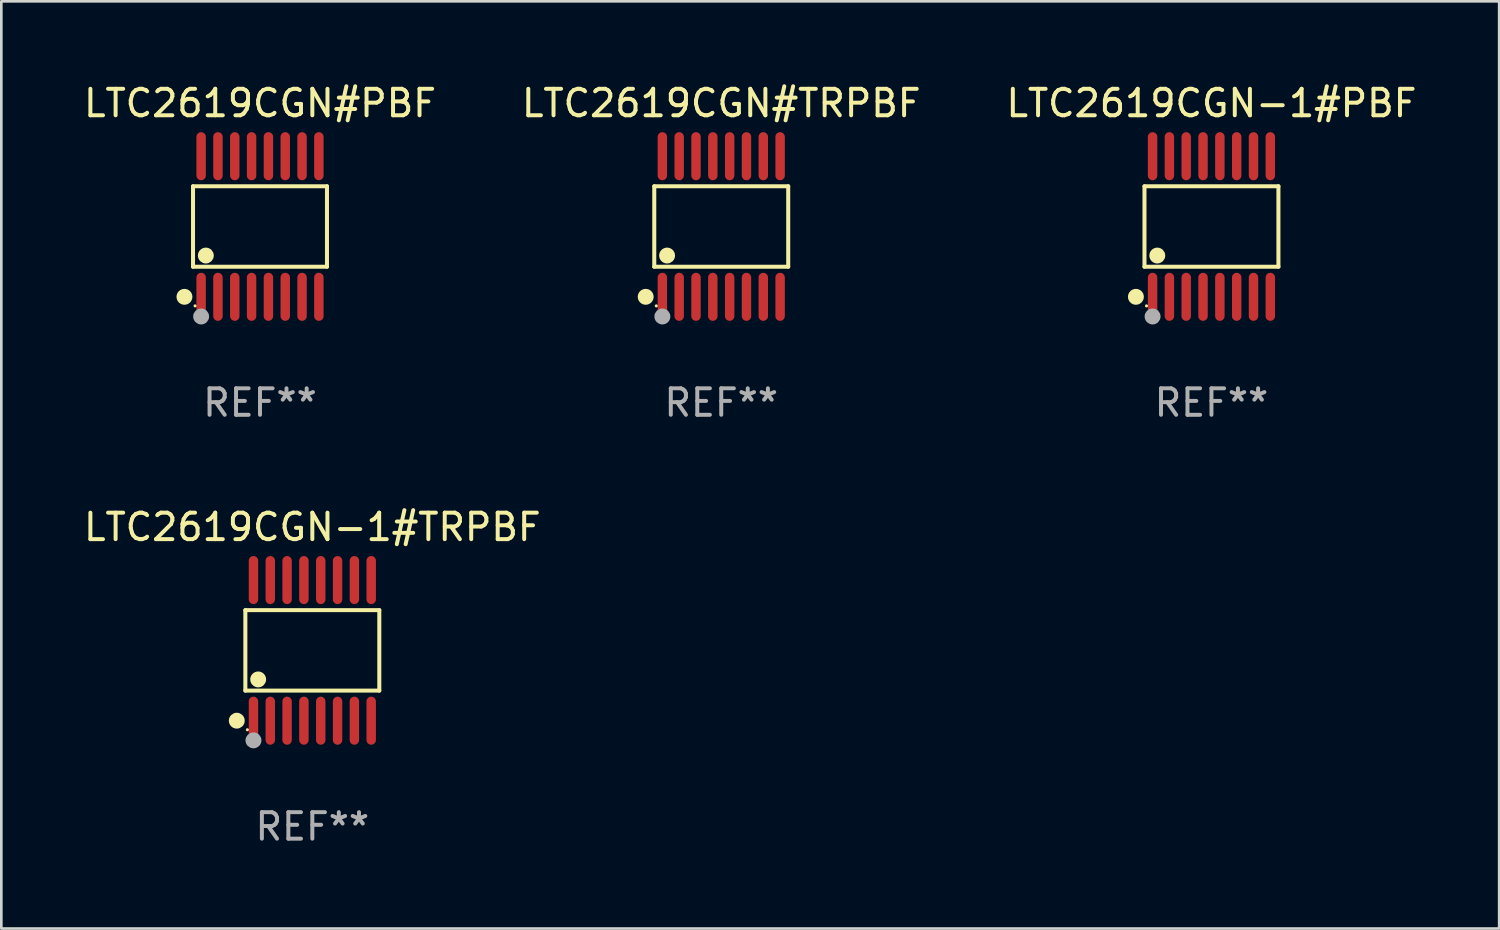
<source format=kicad_pcb>
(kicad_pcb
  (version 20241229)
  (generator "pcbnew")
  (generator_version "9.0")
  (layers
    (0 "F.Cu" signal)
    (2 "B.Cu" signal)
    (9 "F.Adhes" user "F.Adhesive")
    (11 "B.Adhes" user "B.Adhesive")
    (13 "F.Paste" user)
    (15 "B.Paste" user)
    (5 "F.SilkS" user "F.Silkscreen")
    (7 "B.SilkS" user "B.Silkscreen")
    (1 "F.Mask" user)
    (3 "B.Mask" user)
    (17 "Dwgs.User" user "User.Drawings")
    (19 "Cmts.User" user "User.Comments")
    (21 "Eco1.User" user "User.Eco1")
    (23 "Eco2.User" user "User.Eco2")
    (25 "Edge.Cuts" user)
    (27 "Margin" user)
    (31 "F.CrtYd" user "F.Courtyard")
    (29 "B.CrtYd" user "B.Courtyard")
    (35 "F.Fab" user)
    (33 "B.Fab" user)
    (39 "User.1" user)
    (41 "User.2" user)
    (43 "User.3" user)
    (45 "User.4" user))
  (footprint "LTC2619CGN#PBF"
    (layer "F.Cu")
    (at 6.768 5.503)
    (property "Reference" "LTC2619CGN#PBF" (at 0 -4.655 0) (layer "F.SilkS") (effects (font (size 1 1) (thickness 0.15))))
    (attr through_hole)
    (fp_line (start -2.529 -1.519) (end 2.529 -1.519) (stroke (width 0.152) (type solid)) (layer "F.SilkS"))
    (fp_line (start -2.529 1.519) (end -2.529 -1.519) (stroke (width 0.152) (type solid)) (layer "F.SilkS"))
    (fp_line (start 2.529 -1.519) (end 2.529 1.519) (stroke (width 0.152) (type solid)) (layer "F.SilkS"))
    (fp_line (start 2.529 1.519) (end -2.529 1.519) (stroke (width 0.152) (type solid)) (layer "F.SilkS"))
    (fp_circle (center -2.853 2.655) (end -2.703 2.655) (stroke (width 0.3) (type solid)) (fill no) (layer "F.SilkS"))
    (fp_circle (center -2.453 2.998) (end -2.423 2.998) (stroke (width 0.06) (type solid)) (fill no) (layer "F.SilkS"))
    (fp_circle (center -2.045 1.097) (end -1.895 1.097) (stroke (width 0.3) (type solid)) (fill no) (layer "F.SilkS"))
    (fp_circle (center -2.223 3.398) (end -2.072 3.398) (stroke (width 0.3) (type solid)) (fill no) (layer "F.Fab"))
    (fp_text user "REF**" (at 0 6.655 0) (layer "F.Fab") (effects (font (size 1 1) (thickness 0.15))))
    (pad "1" smd oval (at -2.223 2.655) (size 0.356 1.815) (layers "F.Cu" "F.Mask" "F.Paste"))
    (pad "2" smd oval (at -1.588 2.655) (size 0.356 1.815) (layers "F.Cu" "F.Mask" "F.Paste"))
    (pad "3" smd oval (at -0.953 2.655) (size 0.356 1.815) (layers "F.Cu" "F.Mask" "F.Paste"))
    (pad "4" smd oval (at -0.318 2.655) (size 0.356 1.815) (layers "F.Cu" "F.Mask" "F.Paste"))
    (pad "5" smd oval (at 0.318 2.655) (size 0.356 1.815) (layers "F.Cu" "F.Mask" "F.Paste"))
    (pad "6" smd oval (at 0.953 2.655) (size 0.356 1.815) (layers "F.Cu" "F.Mask" "F.Paste"))
    (pad "7" smd oval (at 1.588 2.655) (size 0.356 1.815) (layers "F.Cu" "F.Mask" "F.Paste"))
    (pad "8" smd oval (at 2.223 2.655) (size 0.356 1.815) (layers "F.Cu" "F.Mask" "F.Paste"))
    (pad "9" smd oval (at 2.223 -2.655) (size 0.356 1.815) (layers "F.Cu" "F.Mask" "F.Paste"))
    (pad "10" smd oval (at 1.588 -2.655) (size 0.356 1.815) (layers "F.Cu" "F.Mask" "F.Paste"))
    (pad "11" smd oval (at 0.953 -2.655) (size 0.356 1.815) (layers "F.Cu" "F.Mask" "F.Paste"))
    (pad "12" smd oval (at 0.318 -2.655) (size 0.356 1.815) (layers "F.Cu" "F.Mask" "F.Paste"))
    (pad "13" smd oval (at -0.318 -2.655) (size 0.356 1.815) (layers "F.Cu" "F.Mask" "F.Paste"))
    (pad "14" smd oval (at -0.953 -2.655) (size 0.356 1.815) (layers "F.Cu" "F.Mask" "F.Paste"))
    (pad "15" smd oval (at -1.588 -2.655) (size 0.356 1.815) (layers "F.Cu" "F.Mask" "F.Paste"))
    (pad "16" smd oval (at -2.223 -2.655) (size 0.356 1.815) (layers "F.Cu" "F.Mask" "F.Paste")))
  (footprint "LTC2619CGN#TRPBF"
    (layer "F.Cu")
    (at 24.185 5.503)
    (property "Reference" "LTC2619CGN#TRPBF" (at 0 -4.655 0) (layer "F.SilkS") (effects (font (size 1 1) (thickness 0.15))))
    (attr through_hole)
    (fp_line (start -2.529 -1.519) (end 2.529 -1.519) (stroke (width 0.152) (type solid)) (layer "F.SilkS"))
    (fp_line (start -2.529 1.519) (end -2.529 -1.519) (stroke (width 0.152) (type solid)) (layer "F.SilkS"))
    (fp_line (start 2.529 -1.519) (end 2.529 1.519) (stroke (width 0.152) (type solid)) (layer "F.SilkS"))
    (fp_line (start 2.529 1.519) (end -2.529 1.519) (stroke (width 0.152) (type solid)) (layer "F.SilkS"))
    (fp_circle (center -2.853 2.655) (end -2.703 2.655) (stroke (width 0.3) (type solid)) (fill no) (layer "F.SilkS"))
    (fp_circle (center -2.453 2.998) (end -2.423 2.998) (stroke (width 0.06) (type solid)) (fill no) (layer "F.SilkS"))
    (fp_circle (center -2.045 1.097) (end -1.895 1.097) (stroke (width 0.3) (type solid)) (fill no) (layer "F.SilkS"))
    (fp_circle (center -2.223 3.398) (end -2.072 3.398) (stroke (width 0.3) (type solid)) (fill no) (layer "F.Fab"))
    (fp_text user "REF**" (at 0 6.655 0) (layer "F.Fab") (effects (font (size 1 1) (thickness 0.15))))
    (pad "1" smd oval (at -2.223 2.655) (size 0.356 1.815) (layers "F.Cu" "F.Mask" "F.Paste"))
    (pad "2" smd oval (at -1.588 2.655) (size 0.356 1.815) (layers "F.Cu" "F.Mask" "F.Paste"))
    (pad "3" smd oval (at -0.953 2.655) (size 0.356 1.815) (layers "F.Cu" "F.Mask" "F.Paste"))
    (pad "4" smd oval (at -0.318 2.655) (size 0.356 1.815) (layers "F.Cu" "F.Mask" "F.Paste"))
    (pad "5" smd oval (at 0.318 2.655) (size 0.356 1.815) (layers "F.Cu" "F.Mask" "F.Paste"))
    (pad "6" smd oval (at 0.953 2.655) (size 0.356 1.815) (layers "F.Cu" "F.Mask" "F.Paste"))
    (pad "7" smd oval (at 1.588 2.655) (size 0.356 1.815) (layers "F.Cu" "F.Mask" "F.Paste"))
    (pad "8" smd oval (at 2.223 2.655) (size 0.356 1.815) (layers "F.Cu" "F.Mask" "F.Paste"))
    (pad "9" smd oval (at 2.223 -2.655) (size 0.356 1.815) (layers "F.Cu" "F.Mask" "F.Paste"))
    (pad "10" smd oval (at 1.588 -2.655) (size 0.356 1.815) (layers "F.Cu" "F.Mask" "F.Paste"))
    (pad "11" smd oval (at 0.953 -2.655) (size 0.356 1.815) (layers "F.Cu" "F.Mask" "F.Paste"))
    (pad "12" smd oval (at 0.318 -2.655) (size 0.356 1.815) (layers "F.Cu" "F.Mask" "F.Paste"))
    (pad "13" smd oval (at -0.318 -2.655) (size 0.356 1.815) (layers "F.Cu" "F.Mask" "F.Paste"))
    (pad "14" smd oval (at -0.953 -2.655) (size 0.356 1.815) (layers "F.Cu" "F.Mask" "F.Paste"))
    (pad "15" smd oval (at -1.588 -2.655) (size 0.356 1.815) (layers "F.Cu" "F.Mask" "F.Paste"))
    (pad "16" smd oval (at -2.223 -2.655) (size 0.356 1.815) (layers "F.Cu" "F.Mask" "F.Paste")))
  (footprint "LTC2619CGN-1#PBF"
    (layer "F.Cu")
    (at 42.696 5.503)
    (property "Reference" "LTC2619CGN-1#PBF" (at 0 -4.655 0) (layer "F.SilkS") (effects (font (size 1 1) (thickness 0.15))))
    (attr through_hole)
    (fp_line (start -2.529 -1.519) (end 2.529 -1.519) (stroke (width 0.152) (type solid)) (layer "F.SilkS"))
    (fp_line (start -2.529 1.519) (end -2.529 -1.519) (stroke (width 0.152) (type solid)) (layer "F.SilkS"))
    (fp_line (start 2.529 -1.519) (end 2.529 1.519) (stroke (width 0.152) (type solid)) (layer "F.SilkS"))
    (fp_line (start 2.529 1.519) (end -2.529 1.519) (stroke (width 0.152) (type solid)) (layer "F.SilkS"))
    (fp_circle (center -2.853 2.655) (end -2.703 2.655) (stroke (width 0.3) (type solid)) (fill no) (layer "F.SilkS"))
    (fp_circle (center -2.453 2.998) (end -2.423 2.998) (stroke (width 0.06) (type solid)) (fill no) (layer "F.SilkS"))
    (fp_circle (center -2.045 1.097) (end -1.895 1.097) (stroke (width 0.3) (type solid)) (fill no) (layer "F.SilkS"))
    (fp_circle (center -2.223 3.398) (end -2.072 3.398) (stroke (width 0.3) (type solid)) (fill no) (layer "F.Fab"))
    (fp_text user "REF**" (at 0 6.655 0) (layer "F.Fab") (effects (font (size 1 1) (thickness 0.15))))
    (pad "1" smd oval (at -2.223 2.655) (size 0.356 1.815) (layers "F.Cu" "F.Mask" "F.Paste"))
    (pad "2" smd oval (at -1.588 2.655) (size 0.356 1.815) (layers "F.Cu" "F.Mask" "F.Paste"))
    (pad "3" smd oval (at -0.953 2.655) (size 0.356 1.815) (layers "F.Cu" "F.Mask" "F.Paste"))
    (pad "4" smd oval (at -0.318 2.655) (size 0.356 1.815) (layers "F.Cu" "F.Mask" "F.Paste"))
    (pad "5" smd oval (at 0.318 2.655) (size 0.356 1.815) (layers "F.Cu" "F.Mask" "F.Paste"))
    (pad "6" smd oval (at 0.953 2.655) (size 0.356 1.815) (layers "F.Cu" "F.Mask" "F.Paste"))
    (pad "7" smd oval (at 1.588 2.655) (size 0.356 1.815) (layers "F.Cu" "F.Mask" "F.Paste"))
    (pad "8" smd oval (at 2.223 2.655) (size 0.356 1.815) (layers "F.Cu" "F.Mask" "F.Paste"))
    (pad "9" smd oval (at 2.223 -2.655) (size 0.356 1.815) (layers "F.Cu" "F.Mask" "F.Paste"))
    (pad "10" smd oval (at 1.588 -2.655) (size 0.356 1.815) (layers "F.Cu" "F.Mask" "F.Paste"))
    (pad "11" smd oval (at 0.953 -2.655) (size 0.356 1.815) (layers "F.Cu" "F.Mask" "F.Paste"))
    (pad "12" smd oval (at 0.318 -2.655) (size 0.356 1.815) (layers "F.Cu" "F.Mask" "F.Paste"))
    (pad "13" smd oval (at -0.318 -2.655) (size 0.356 1.815) (layers "F.Cu" "F.Mask" "F.Paste"))
    (pad "14" smd oval (at -0.953 -2.655) (size 0.356 1.815) (layers "F.Cu" "F.Mask" "F.Paste"))
    (pad "15" smd oval (at -1.588 -2.655) (size 0.356 1.815) (layers "F.Cu" "F.Mask" "F.Paste"))
    (pad "16" smd oval (at -2.223 -2.655) (size 0.356 1.815) (layers "F.Cu" "F.Mask" "F.Paste")))
  (footprint "LTC2619CGN-1#TRPBF"
    (layer "F.Cu")
    (at 8.744 21.509)
    (property "Reference" "LTC2619CGN-1#TRPBF" (at 0 -4.655 0) (layer "F.SilkS") (effects (font (size 1 1) (thickness 0.15))))
    (attr through_hole)
    (fp_line (start -2.529 -1.519) (end 2.529 -1.519) (stroke (width 0.152) (type solid)) (layer "F.SilkS"))
    (fp_line (start -2.529 1.519) (end -2.529 -1.519) (stroke (width 0.152) (type solid)) (layer "F.SilkS"))
    (fp_line (start 2.529 -1.519) (end 2.529 1.519) (stroke (width 0.152) (type solid)) (layer "F.SilkS"))
    (fp_line (start 2.529 1.519) (end -2.529 1.519) (stroke (width 0.152) (type solid)) (layer "F.SilkS"))
    (fp_circle (center -2.853 2.655) (end -2.703 2.655) (stroke (width 0.3) (type solid)) (fill no) (layer "F.SilkS"))
    (fp_circle (center -2.453 2.998) (end -2.423 2.998) (stroke (width 0.06) (type solid)) (fill no) (layer "F.SilkS"))
    (fp_circle (center -2.045 1.097) (end -1.895 1.097) (stroke (width 0.3) (type solid)) (fill no) (layer "F.SilkS"))
    (fp_circle (center -2.223 3.398) (end -2.072 3.398) (stroke (width 0.3) (type solid)) (fill no) (layer "F.Fab"))
    (fp_text user "REF**" (at 0 6.655 0) (layer "F.Fab") (effects (font (size 1 1) (thickness 0.15))))
    (pad "1" smd oval (at -2.223 2.655) (size 0.356 1.815) (layers "F.Cu" "F.Mask" "F.Paste"))
    (pad "2" smd oval (at -1.588 2.655) (size 0.356 1.815) (layers "F.Cu" "F.Mask" "F.Paste"))
    (pad "3" smd oval (at -0.953 2.655) (size 0.356 1.815) (layers "F.Cu" "F.Mask" "F.Paste"))
    (pad "4" smd oval (at -0.318 2.655) (size 0.356 1.815) (layers "F.Cu" "F.Mask" "F.Paste"))
    (pad "5" smd oval (at 0.318 2.655) (size 0.356 1.815) (layers "F.Cu" "F.Mask" "F.Paste"))
    (pad "6" smd oval (at 0.953 2.655) (size 0.356 1.815) (layers "F.Cu" "F.Mask" "F.Paste"))
    (pad "7" smd oval (at 1.588 2.655) (size 0.356 1.815) (layers "F.Cu" "F.Mask" "F.Paste"))
    (pad "8" smd oval (at 2.223 2.655) (size 0.356 1.815) (layers "F.Cu" "F.Mask" "F.Paste"))
    (pad "9" smd oval (at 2.223 -2.655) (size 0.356 1.815) (layers "F.Cu" "F.Mask" "F.Paste"))
    (pad "10" smd oval (at 1.588 -2.655) (size 0.356 1.815) (layers "F.Cu" "F.Mask" "F.Paste"))
    (pad "11" smd oval (at 0.953 -2.655) (size 0.356 1.815) (layers "F.Cu" "F.Mask" "F.Paste"))
    (pad "12" smd oval (at 0.318 -2.655) (size 0.356 1.815) (layers "F.Cu" "F.Mask" "F.Paste"))
    (pad "13" smd oval (at -0.318 -2.655) (size 0.356 1.815) (layers "F.Cu" "F.Mask" "F.Paste"))
    (pad "14" smd oval (at -0.953 -2.655) (size 0.356 1.815) (layers "F.Cu" "F.Mask" "F.Paste"))
    (pad "15" smd oval (at -1.588 -2.655) (size 0.356 1.815) (layers "F.Cu" "F.Mask" "F.Paste"))
    (pad "16" smd oval (at -2.223 -2.655) (size 0.356 1.815) (layers "F.Cu" "F.Mask" "F.Paste")))
  (gr_rect
    (start -3 -3)
    (end 53.56 32.012)
    (stroke (width 0.1) (type default))
    (fill no)
    (layer "Edge.Cuts")))
</source>
